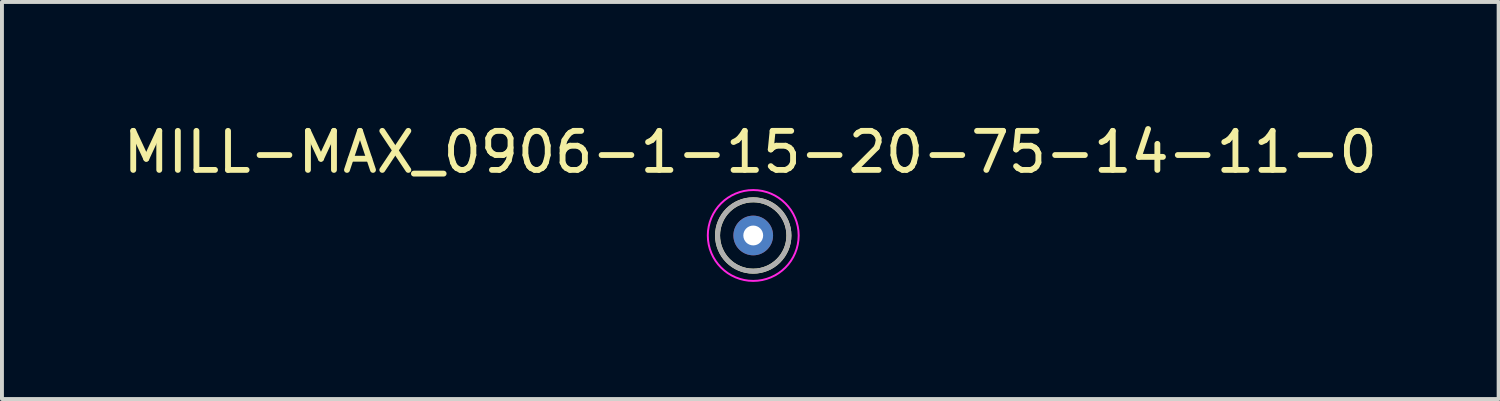
<source format=kicad_pcb>
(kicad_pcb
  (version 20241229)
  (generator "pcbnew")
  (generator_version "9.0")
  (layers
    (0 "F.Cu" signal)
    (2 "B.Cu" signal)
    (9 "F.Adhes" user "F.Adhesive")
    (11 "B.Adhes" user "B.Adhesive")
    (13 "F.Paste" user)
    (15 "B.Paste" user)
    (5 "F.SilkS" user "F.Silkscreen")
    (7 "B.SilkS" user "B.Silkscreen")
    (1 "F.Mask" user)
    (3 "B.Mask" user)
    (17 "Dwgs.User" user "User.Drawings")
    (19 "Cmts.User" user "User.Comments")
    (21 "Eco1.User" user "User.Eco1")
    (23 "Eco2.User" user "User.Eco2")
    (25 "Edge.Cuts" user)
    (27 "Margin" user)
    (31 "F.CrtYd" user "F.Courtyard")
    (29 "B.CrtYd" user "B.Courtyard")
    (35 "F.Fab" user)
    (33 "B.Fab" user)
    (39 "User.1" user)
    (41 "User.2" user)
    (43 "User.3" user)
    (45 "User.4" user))
  (footprint "MILL-MAX_0906-1-15-20-75-14-11-0"
    (layer "F.Cu")
    (at 16.248 2.983)
    (property "Reference" "MILL-MAX_0906-1-15-20-75-14-11-0" (at -0.075 -2.135 0) (layer "F.SilkS") (effects (font (size 1 1) (thickness 0.15))))
    (attr through_hole)
    (fp_circle (center 0 0) (end 0.914 0) (stroke (width 0.127) (type solid)) (fill no) (layer "F.SilkS"))
    (fp_circle (center 0 0) (end 1.164 0) (stroke (width 0.05) (type solid)) (fill no) (layer "F.CrtYd"))
    (fp_circle (center 0 0) (end 0.914 0) (stroke (width 0.127) (type solid)) (fill no) (layer "F.Fab"))
    (pad "1" thru_hole circle (at 0 0) (size 1.016 1.016) (drill 0.508) (layers "*.Cu" "*.Mask")))
  (gr_rect
    (start -3 -3)
    (end 35.345 7.173)
    (stroke (width 0.1) (type default))
    (fill no)
    (layer "Edge.Cuts")))
</source>
